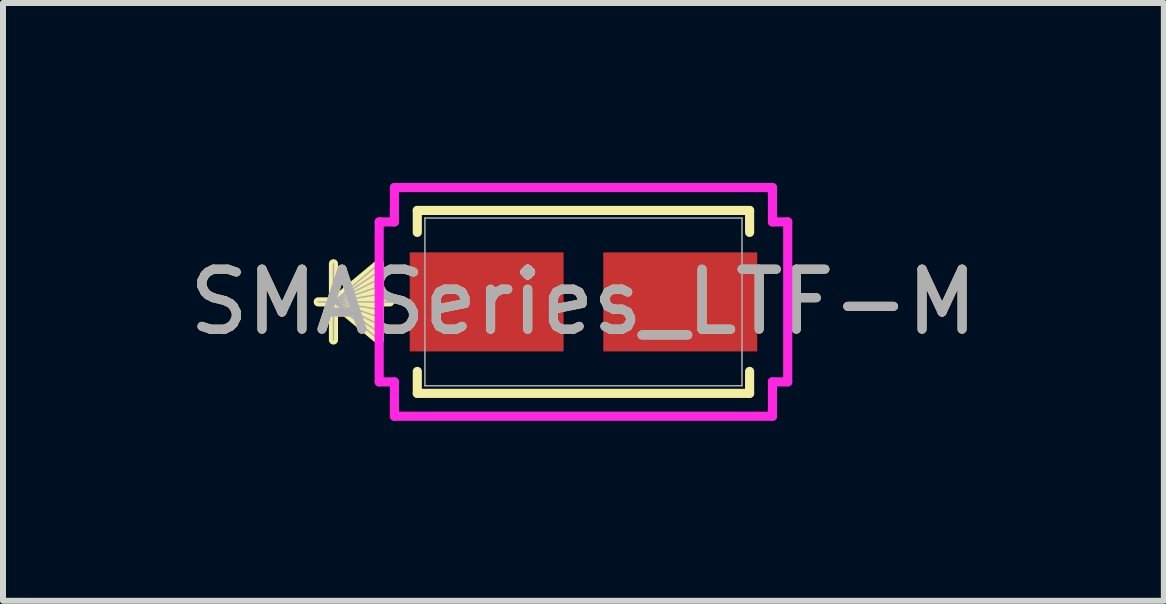
<source format=kicad_pcb>
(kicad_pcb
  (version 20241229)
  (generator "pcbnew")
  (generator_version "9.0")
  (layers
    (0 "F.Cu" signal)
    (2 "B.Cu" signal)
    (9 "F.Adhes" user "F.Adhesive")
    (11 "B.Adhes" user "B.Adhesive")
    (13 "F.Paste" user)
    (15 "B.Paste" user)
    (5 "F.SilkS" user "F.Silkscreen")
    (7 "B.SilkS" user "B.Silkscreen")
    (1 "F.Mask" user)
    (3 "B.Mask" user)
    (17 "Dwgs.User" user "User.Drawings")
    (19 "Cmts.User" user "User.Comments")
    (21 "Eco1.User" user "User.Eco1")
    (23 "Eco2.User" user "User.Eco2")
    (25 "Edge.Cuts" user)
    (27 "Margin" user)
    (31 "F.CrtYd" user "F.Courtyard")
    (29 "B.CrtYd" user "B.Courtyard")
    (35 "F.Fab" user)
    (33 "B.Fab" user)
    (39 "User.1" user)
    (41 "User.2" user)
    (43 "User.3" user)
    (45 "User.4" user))
  (footprint "SMASeries_LTF-M"
    (layer "F.Cu")
    (at 6.673 1.981)
    (property "Reference" "SMASeries_LTF-M" (at 0 0 0) (unlocked yes) (layer "F.SilkS") (effects (font (size 1 1) (thickness 0.15))))
    (attr smd)
    (fp_line (start -4.166 -0.635) (end -4.166 0.635) (stroke (width 0.152) (type solid)) (layer "F.SilkS"))
    (fp_line (start -4.166 0) (end -3.404 -0.635) (stroke (width 0.152) (type solid)) (layer "F.SilkS"))
    (fp_line (start -4.166 0) (end -3.404 -0.508) (stroke (width 0.152) (type solid)) (layer "F.SilkS"))
    (fp_line (start -4.166 0) (end -3.404 -0.381) (stroke (width 0.152) (type solid)) (layer "F.SilkS"))
    (fp_line (start -4.166 0) (end -3.404 -0.254) (stroke (width 0.152) (type solid)) (layer "F.SilkS"))
    (fp_line (start -4.166 0) (end -3.404 -0.127) (stroke (width 0.152) (type solid)) (layer "F.SilkS"))
    (fp_line (start -4.166 0) (end -3.404 0.127) (stroke (width 0.152) (type solid)) (layer "F.SilkS"))
    (fp_line (start -4.166 0) (end -3.404 0.254) (stroke (width 0.152) (type solid)) (layer "F.SilkS"))
    (fp_line (start -4.166 0) (end -3.404 0.381) (stroke (width 0.152) (type solid)) (layer "F.SilkS"))
    (fp_line (start -4.166 0) (end -3.404 0.508) (stroke (width 0.152) (type solid)) (layer "F.SilkS"))
    (fp_line (start -4.166 0) (end -3.404 0.635) (stroke (width 0.152) (type solid)) (layer "F.SilkS"))
    (fp_line (start -3.404 -0.635) (end -3.404 0.635) (stroke (width 0.152) (type solid)) (layer "F.SilkS"))
    (fp_line (start -3.228 0) (end -4.42 0) (stroke (width 0.152) (type solid)) (layer "F.SilkS"))
    (fp_line (start -2.769 -1.524) (end -2.769 -1.158) (stroke (width 0.152) (type solid)) (layer "F.SilkS"))
    (fp_line (start -2.769 1.158) (end -2.769 1.524) (stroke (width 0.152) (type solid)) (layer "F.SilkS"))
    (fp_line (start -2.769 1.524) (end 2.769 1.524) (stroke (width 0.152) (type solid)) (layer "F.SilkS"))
    (fp_line (start 2.769 -1.524) (end -2.769 -1.524) (stroke (width 0.152) (type solid)) (layer "F.SilkS"))
    (fp_line (start 2.769 -1.158) (end 2.769 -1.524) (stroke (width 0.152) (type solid)) (layer "F.SilkS"))
    (fp_line (start 2.769 1.524) (end 2.769 1.158) (stroke (width 0.152) (type solid)) (layer "F.SilkS"))
    (fp_line (start -3.404 -1.333) (end -3.15 -1.333) (stroke (width 0.152) (type solid)) (layer "F.CrtYd"))
    (fp_line (start -3.404 1.333) (end -3.404 -1.333) (stroke (width 0.152) (type solid)) (layer "F.CrtYd"))
    (fp_line (start -3.15 -1.905) (end 3.15 -1.905) (stroke (width 0.152) (type solid)) (layer "F.CrtYd"))
    (fp_line (start -3.15 -1.333) (end -3.15 -1.905) (stroke (width 0.152) (type solid)) (layer "F.CrtYd"))
    (fp_line (start -3.15 1.333) (end -3.404 1.333) (stroke (width 0.152) (type solid)) (layer "F.CrtYd"))
    (fp_line (start -3.15 1.905) (end -3.15 1.333) (stroke (width 0.152) (type solid)) (layer "F.CrtYd"))
    (fp_line (start 3.15 -1.905) (end 3.15 -1.333) (stroke (width 0.152) (type solid)) (layer "F.CrtYd"))
    (fp_line (start 3.15 -1.333) (end 3.404 -1.333) (stroke (width 0.152) (type solid)) (layer "F.CrtYd"))
    (fp_line (start 3.15 1.333) (end 3.15 1.905) (stroke (width 0.152) (type solid)) (layer "F.CrtYd"))
    (fp_line (start 3.15 1.905) (end -3.15 1.905) (stroke (width 0.152) (type solid)) (layer "F.CrtYd"))
    (fp_line (start 3.404 -1.333) (end 3.404 1.333) (stroke (width 0.152) (type solid)) (layer "F.CrtYd"))
    (fp_line (start 3.404 1.333) (end 3.15 1.333) (stroke (width 0.152) (type solid)) (layer "F.CrtYd"))
    (fp_line (start -4.166 -0.635) (end -4.166 0.635) (stroke (width 0.025) (type solid)) (layer "F.Fab"))
    (fp_line (start -4.166 0) (end -3.404 -0.635) (stroke (width 0.025) (type solid)) (layer "F.Fab"))
    (fp_line (start -4.166 0) (end -3.404 -0.508) (stroke (width 0.025) (type solid)) (layer "F.Fab"))
    (fp_line (start -4.166 0) (end -3.404 -0.381) (stroke (width 0.025) (type solid)) (layer "F.Fab"))
    (fp_line (start -4.166 0) (end -3.404 -0.254) (stroke (width 0.025) (type solid)) (layer "F.Fab"))
    (fp_line (start -4.166 0) (end -3.404 -0.127) (stroke (width 0.025) (type solid)) (layer "F.Fab"))
    (fp_line (start -4.166 0) (end -3.404 0.127) (stroke (width 0.025) (type solid)) (layer "F.Fab"))
    (fp_line (start -4.166 0) (end -3.404 0.254) (stroke (width 0.025) (type solid)) (layer "F.Fab"))
    (fp_line (start -4.166 0) (end -3.404 0.381) (stroke (width 0.025) (type solid)) (layer "F.Fab"))
    (fp_line (start -4.166 0) (end -3.404 0.508) (stroke (width 0.025) (type solid)) (layer "F.Fab"))
    (fp_line (start -4.166 0) (end -3.404 0.635) (stroke (width 0.025) (type solid)) (layer "F.Fab"))
    (fp_line (start -3.404 -0.635) (end -3.404 0.635) (stroke (width 0.025) (type solid)) (layer "F.Fab"))
    (fp_line (start -3.15 0) (end -4.42 0) (stroke (width 0.025) (type solid)) (layer "F.Fab"))
    (fp_line (start -2.642 -1.397) (end -2.642 1.397) (stroke (width 0.025) (type solid)) (layer "F.Fab"))
    (fp_line (start -2.642 1.397) (end 2.642 1.397) (stroke (width 0.025) (type solid)) (layer "F.Fab"))
    (fp_line (start 2.642 -1.397) (end -2.642 -1.397) (stroke (width 0.025) (type solid)) (layer "F.Fab"))
    (fp_line (start 2.642 1.397) (end 2.642 -1.397) (stroke (width 0.025) (type solid)) (layer "F.Fab"))
    (fp_text user "${REFERENCE}" (at 0 0 0) (unlocked yes) (layer "F.Fab") (effects (font (size 1 1) (thickness 0.15))))
    (pad "1" smd rect (at -1.613 0 90) (size 1.651 2.565) (layers "F.Cu" "F.Mask" "F.Paste"))
    (pad "2" smd rect (at 1.613 0 90) (size 1.651 2.565) (layers "F.Cu" "F.Mask" "F.Paste"))
    (zone (net_name "") (layer "F.Cu") (hatch full 0.508) (connect_pads) (min_thickness 0.254) (filled_areas_thickness no) (keepout (tracks not_allowed) (vias not_allowed) (pads allowed) (copperpour not_allowed) (footprints allowed)) (placement (enabled no)) (fill) (polygon (pts (xy 4.082 0.635) (xy 9.263 0.635) (xy 9.263 1.105) (xy 4.082 1.105))))
    (zone (net_name "") (layer "F.Cu") (hatch full 0.508) (connect_pads) (min_thickness 0.254) (filled_areas_thickness no) (keepout (tracks not_allowed) (vias not_allowed) (pads allowed) (copperpour not_allowed) (footprints allowed)) (placement (enabled no)) (fill) (polygon (pts (xy 4.082 2.857) (xy 9.263 2.857) (xy 9.263 3.327) (xy 4.082 3.327))))
    (zone (net_name "") (layer "F.Cu") (hatch full 0.508) (connect_pads) (min_thickness 0.254) (filled_areas_thickness no) (keepout (tracks not_allowed) (vias not_allowed) (pads allowed) (copperpour not_allowed) (footprints allowed)) (placement (enabled no)) (fill) (polygon (pts (xy 6.393 1.105) (xy 6.952 1.105) (xy 6.952 2.857) (xy 6.393 2.857)))))
  (gr_rect
    (start -3 -3)
    (end 16.345 6.962)
    (stroke (width 0.1) (type default))
    (fill no)
    (layer "Edge.Cuts")))
</source>
